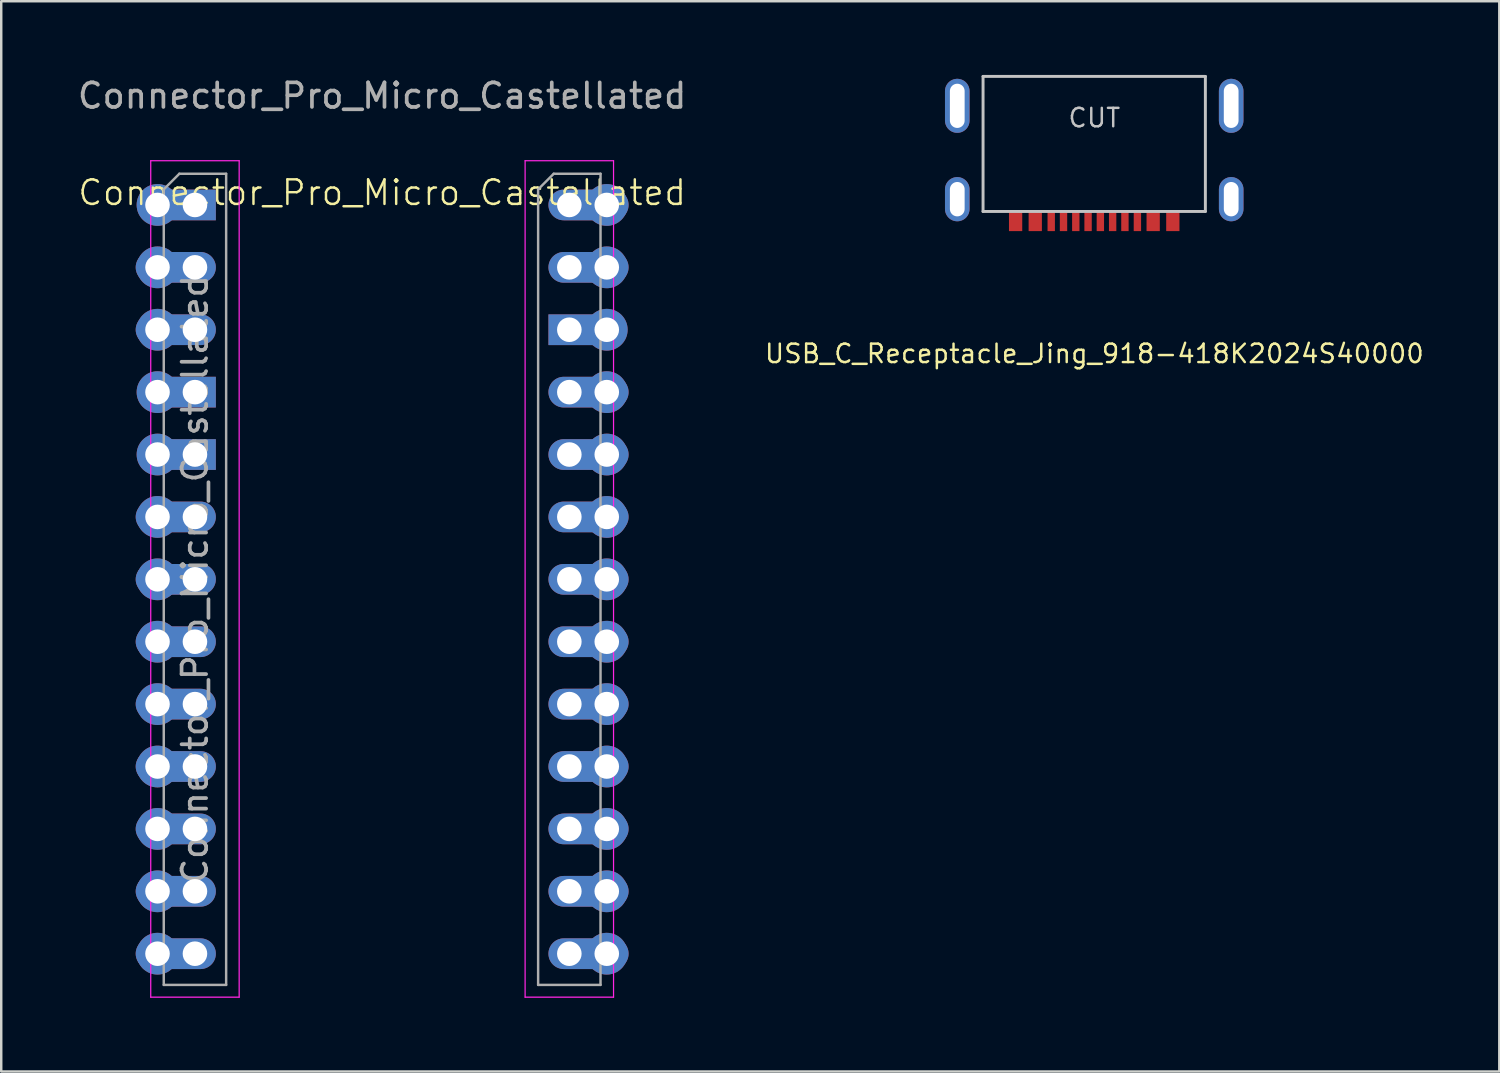
<source format=kicad_pcb>
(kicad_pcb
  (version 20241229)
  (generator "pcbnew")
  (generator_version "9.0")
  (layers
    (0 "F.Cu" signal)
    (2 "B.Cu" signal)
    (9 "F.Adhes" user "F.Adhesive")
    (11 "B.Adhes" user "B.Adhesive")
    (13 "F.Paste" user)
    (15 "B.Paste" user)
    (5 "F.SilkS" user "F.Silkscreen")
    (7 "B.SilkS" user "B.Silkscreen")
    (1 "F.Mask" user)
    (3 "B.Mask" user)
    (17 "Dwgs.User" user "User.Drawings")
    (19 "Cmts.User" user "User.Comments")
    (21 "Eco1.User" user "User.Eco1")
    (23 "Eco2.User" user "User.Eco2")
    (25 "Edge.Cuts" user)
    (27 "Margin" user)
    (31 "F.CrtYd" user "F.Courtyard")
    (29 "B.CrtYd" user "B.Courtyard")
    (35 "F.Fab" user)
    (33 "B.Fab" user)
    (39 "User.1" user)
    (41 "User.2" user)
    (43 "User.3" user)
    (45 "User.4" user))
  (footprint "Connector_Pro_Micro_Castellated"
    (layer "F.Cu")
    (at 12.506 20.533)
    (property "Reference" "Connector_Pro_Micro_Castellated" (at 0 -15.74 0) (unlocked yes) (layer "F.SilkS") (effects (font (size 1 1) (thickness 0.1))))
    (attr smd)
    (fp_line (start -9.42 -17.04) (end -9.42 17.01) (stroke (width 0.05) (type solid)) (layer "F.CrtYd"))
    (fp_line (start -9.42 17.01) (end -5.82 17.01) (stroke (width 0.05) (type solid)) (layer "F.CrtYd"))
    (fp_line (start -5.82 -17.04) (end -9.42 -17.04) (stroke (width 0.05) (type solid)) (layer "F.CrtYd"))
    (fp_line (start -5.82 17.01) (end -5.82 -17.04) (stroke (width 0.05) (type solid)) (layer "F.CrtYd"))
    (fp_line (start 5.82 -17.04) (end 5.82 17.01) (stroke (width 0.05) (type solid)) (layer "F.CrtYd"))
    (fp_line (start 5.82 17.01) (end 9.42 17.01) (stroke (width 0.05) (type solid)) (layer "F.CrtYd"))
    (fp_line (start 9.42 -17.04) (end 5.82 -17.04) (stroke (width 0.05) (type solid)) (layer "F.CrtYd"))
    (fp_line (start 9.42 17.01) (end 9.42 -17.04) (stroke (width 0.05) (type solid)) (layer "F.CrtYd"))
    (fp_line (start -8.89 -15.875) (end -8.255 -16.51) (stroke (width 0.1) (type solid)) (layer "F.Fab"))
    (fp_line (start -8.89 16.51) (end -8.89 -15.875) (stroke (width 0.1) (type solid)) (layer "F.Fab"))
    (fp_line (start -8.255 -16.51) (end -6.35 -16.51) (stroke (width 0.1) (type solid)) (layer "F.Fab"))
    (fp_line (start -6.35 -16.51) (end -6.35 16.51) (stroke (width 0.1) (type solid)) (layer "F.Fab"))
    (fp_line (start -6.35 16.51) (end -8.89 16.51) (stroke (width 0.1) (type solid)) (layer "F.Fab"))
    (fp_line (start 6.35 -15.875) (end 6.985 -16.51) (stroke (width 0.1) (type solid)) (layer "F.Fab"))
    (fp_line (start 6.35 16.51) (end 6.35 -15.875) (stroke (width 0.1) (type solid)) (layer "F.Fab"))
    (fp_line (start 6.985 -16.51) (end 8.89 -16.51) (stroke (width 0.1) (type solid)) (layer "F.Fab"))
    (fp_line (start 8.89 -16.51) (end 8.89 16.51) (stroke (width 0.1) (type solid)) (layer "F.Fab"))
    (fp_line (start 8.89 16.51) (end 6.35 16.51) (stroke (width 0.1) (type solid)) (layer "F.Fab"))
    (fp_line (start -9.144 16.51) (end -9.144 -16.51) (stroke (width 0.1) (type default)) (layer "User.4"))
    (fp_line (start 9.144 16.51) (end 9.144 -16.51) (stroke (width 0.1) (type default)) (layer "User.4"))
    (fp_text user "${REFERENCE}" (at -7.62 0 90) (layer "F.Fab") (effects (font (size 1 1) (thickness 0.15))))
    (fp_text user "${REFERENCE}" (at 0 -19.685 0) (unlocked yes) (layer "F.Fab") (effects (font (size 1 1) (thickness 0.15))))
    (pad "1" thru_hole circle (at -9.144 -15.24) (size 1.7 1.7) (drill 1) (layers "*.Cu" "*.Mask"))
    (pad "1" thru_hole rect (at -7.62 -15.24) (size 2.374 1.25) (drill 1 (offset -0.337 0)) (layers "*.Cu" "*.Mask"))
    (pad "2" thru_hole oval (at -9.144 -12.7) (size 1.7 1.7) (drill 1) (layers "*.Cu" "*.Mask"))
    (pad "2" thru_hole oval (at -7.62 -12.7) (size 3.263 1.25) (drill 1 (offset -0.781 0)) (layers "*.Cu" "*.Mask"))
    (pad "3" thru_hole oval (at -9.144 -10.16) (size 1.7 1.7) (drill 1) (layers "*.Cu" "*.Mask"))
    (pad "3" thru_hole oval (at -7.62 -10.16) (size 3.263 1.25) (drill 1 (offset -0.781 0)) (layers "*.Cu" "*.Mask"))
    (pad "4" thru_hole oval (at -9.144 -7.62) (size 1.7 1.7) (drill 1) (layers "*.Cu" "*.Mask"))
    (pad "4" thru_hole rect (at -7.62 -7.62) (size 2.374 1.25) (drill 1 (offset -0.337 0)) (layers "*.Cu" "*.Mask"))
    (pad "5" thru_hole oval (at -9.144 -5.08) (size 1.7 1.7) (drill 1) (layers "*.Cu" "*.Mask"))
    (pad "5" thru_hole rect (at -7.62 -5.08) (size 2.374 1.25) (drill 1 (offset -0.337 0)) (layers "*.Cu" "*.Mask"))
    (pad "6" thru_hole oval (at -9.144 -2.54) (size 1.7 1.7) (drill 1) (layers "*.Cu" "*.Mask"))
    (pad "6" thru_hole oval (at -7.62 -2.54) (size 3.263 1.25) (drill 1 (offset -0.781 0)) (layers "*.Cu" "*.Mask"))
    (pad "7" thru_hole oval (at -9.144 0) (size 1.7 1.7) (drill 1) (layers "*.Cu" "*.Mask"))
    (pad "7" thru_hole oval (at -7.62 0) (size 3.263 1.25) (drill 1 (offset -0.781 0)) (layers "*.Cu" "*.Mask"))
    (pad "8" thru_hole oval (at -9.144 2.54) (size 1.7 1.7) (drill 1) (layers "*.Cu" "*.Mask"))
    (pad "8" thru_hole oval (at -7.62 2.54) (size 3.263 1.25) (drill 1 (offset -0.781 0)) (layers "*.Cu" "*.Mask"))
    (pad "9" thru_hole oval (at -9.144 5.08) (size 1.7 1.7) (drill 1) (layers "*.Cu" "*.Mask"))
    (pad "9" thru_hole oval (at -7.62 5.08) (size 3.263 1.25) (drill 1 (offset -0.781 0)) (layers "*.Cu" "*.Mask"))
    (pad "10" thru_hole oval (at -9.144 7.62) (size 1.7 1.7) (drill 1) (layers "*.Cu" "*.Mask"))
    (pad "10" thru_hole oval (at -7.62 7.62) (size 3.263 1.25) (drill 1 (offset -0.781 0)) (layers "*.Cu" "*.Mask"))
    (pad "11" thru_hole oval (at -9.144 10.16) (size 1.7 1.7) (drill 1) (layers "*.Cu" "*.Mask"))
    (pad "11" thru_hole oval (at -7.62 10.16) (size 3.263 1.25) (drill 1 (offset -0.781 0)) (layers "*.Cu" "*.Mask"))
    (pad "12" thru_hole oval (at -9.144 12.7) (size 1.7 1.7) (drill 1) (layers "*.Cu" "*.Mask"))
    (pad "12" thru_hole oval (at -7.62 12.7) (size 3.263 1.25) (drill 1 (offset -0.781 0)) (layers "*.Cu" "*.Mask"))
    (pad "13" thru_hole oval (at -9.144 15.24) (size 1.7 1.7) (drill 1) (layers "*.Cu" "*.Mask"))
    (pad "13" thru_hole oval (at -7.62 15.24) (size 3.263 1.25) (drill 1 (offset -0.781 0)) (layers "*.Cu" "*.Mask"))
    (pad "14" thru_hole oval (at 7.62 -15.24 180) (size 3.263 1.25) (drill 1 (offset -0.781 0)) (layers "*.Cu" "*.Mask"))
    (pad "14" thru_hole circle (at 9.144 -15.24) (size 1.7 1.7) (drill 1) (layers "*.Cu" "*.Mask"))
    (pad "15" thru_hole oval (at 7.62 -12.7 180) (size 3.263 1.25) (drill 1 (offset -0.781 0)) (layers "*.Cu" "*.Mask"))
    (pad "15" thru_hole oval (at 9.144 -12.7) (size 1.7 1.7) (drill 1) (layers "*.Cu" "*.Mask"))
    (pad "16" thru_hole rect (at 7.62 -10.16 180) (size 2.374 1.25) (drill 1 (offset -0.337 0)) (layers "*.Cu" "*.Mask"))
    (pad "16" thru_hole oval (at 9.144 -10.16) (size 1.7 1.7) (drill 1) (layers "*.Cu" "*.Mask"))
    (pad "17" thru_hole oval (at 7.62 -7.62 180) (size 3.263 1.25) (drill 1 (offset -0.781 0)) (layers "*.Cu" "*.Mask"))
    (pad "17" thru_hole oval (at 9.144 -7.62) (size 1.7 1.7) (drill 1) (layers "*.Cu" "*.Mask"))
    (pad "18" thru_hole oval (at 7.62 -5.08 180) (size 3.263 1.25) (drill 1 (offset -0.781 0)) (layers "*.Cu" "*.Mask"))
    (pad "18" thru_hole oval (at 9.144 -5.08) (size 1.7 1.7) (drill 1) (layers "*.Cu" "*.Mask"))
    (pad "19" thru_hole oval (at 7.62 -2.54 180) (size 3.263 1.25) (drill 1 (offset -0.781 0)) (layers "*.Cu" "*.Mask"))
    (pad "19" thru_hole oval (at 9.144 -2.54) (size 1.7 1.7) (drill 1) (layers "*.Cu" "*.Mask"))
    (pad "20" thru_hole oval (at 7.62 0 180) (size 3.263 1.25) (drill 1 (offset -0.781 0)) (layers "*.Cu" "*.Mask"))
    (pad "20" thru_hole oval (at 9.144 0) (size 1.7 1.7) (drill 1) (layers "*.Cu" "*.Mask"))
    (pad "21" thru_hole oval (at 7.62 2.54 180) (size 3.263 1.25) (drill 1 (offset -0.781 0)) (layers "*.Cu" "*.Mask"))
    (pad "21" thru_hole oval (at 9.144 2.54) (size 1.7 1.7) (drill 1) (layers "*.Cu" "*.Mask"))
    (pad "22" thru_hole oval (at 7.62 5.08 180) (size 3.263 1.25) (drill 1 (offset -0.781 0)) (layers "*.Cu" "*.Mask"))
    (pad "22" thru_hole oval (at 9.144 5.08) (size 1.7 1.7) (drill 1) (layers "*.Cu" "*.Mask"))
    (pad "23" thru_hole oval (at 7.62 7.62 180) (size 3.263 1.25) (drill 1 (offset -0.781 0)) (layers "*.Cu" "*.Mask"))
    (pad "23" thru_hole oval (at 9.144 7.62) (size 1.7 1.7) (drill 1) (layers "*.Cu" "*.Mask"))
    (pad "24" thru_hole oval (at 7.62 10.16 180) (size 3.263 1.25) (drill 1 (offset -0.781 0)) (layers "*.Cu" "*.Mask"))
    (pad "24" thru_hole oval (at 9.144 10.16) (size 1.7 1.7) (drill 1) (layers "*.Cu" "*.Mask"))
    (pad "25" thru_hole oval (at 7.62 12.7 180) (size 3.263 1.25) (drill 1 (offset -0.781 0)) (layers "*.Cu" "*.Mask"))
    (pad "25" thru_hole oval (at 9.144 12.7) (size 1.7 1.7) (drill 1) (layers "*.Cu" "*.Mask"))
    (pad "26" thru_hole oval (at 7.62 15.24 180) (size 3.263 1.25) (drill 1 (offset -0.781 0)) (layers "*.Cu" "*.Mask"))
    (pad "26" thru_hole oval (at 9.144 15.24) (size 1.7 1.7) (drill 1) (layers "*.Cu" "*.Mask")))
  (footprint "USB_C_Receptacle_Jing_918-418K2024S40000"
    (layer "F.Cu")
    (at 41.498 5.558)
    (property "Reference" "USB_C_Receptacle_Jing_918-418K2024S40000" (at 0 5.789 0) (layer "F.SilkS") (effects (font (size 0.75 0.75) (thickness 0.1))))
    (attr through_hole)
    (fp_line (start -4.53 -5.497) (end -4.53 0) (stroke (width 0.12) (type solid)) (layer "Dwgs.User"))
    (fp_line (start -4.53 -5.497) (end 4.52 -5.497) (stroke (width 0.12) (type solid)) (layer "Dwgs.User"))
    (fp_line (start -4.53 0) (end 4.52 0) (stroke (width 0.12) (type solid)) (layer "Dwgs.User"))
    (fp_line (start 4.52 -5.497) (end 4.52 0) (stroke (width 0.12) (type solid)) (layer "Dwgs.User"))
    (fp_text user "CUT" (at 0 -3.81 0) (layer "Dwgs.User") (effects (font (size 0.75 0.75) (thickness 0.1))))
    (pad "A1" smd rect (at -3.205 0.4) (size 0.54 0.8) (layers "F.Cu" "F.Mask" "F.Paste"))
    (pad "A1" smd rect (at 3.195 0.4) (size 0.54 0.8) (layers "F.Cu" "F.Mask" "F.Paste"))
    (pad "A4" smd rect (at -2.405 0.4) (size 0.54 0.8) (layers "F.Cu" "F.Mask" "F.Paste"))
    (pad "A4" smd rect (at 2.395 0.4) (size 0.54 0.8) (layers "F.Cu" "F.Mask" "F.Paste"))
    (pad "A5" smd rect (at 1.245 0.4) (size 0.3 0.8) (layers "F.Cu" "F.Mask" "F.Paste"))
    (pad "A6" smd rect (at 0.245 0.4) (size 0.3 0.8) (layers "F.Cu" "F.Mask" "F.Paste"))
    (pad "A7" smd rect (at -0.255 0.4) (size 0.3 0.8) (layers "F.Cu" "F.Mask" "F.Paste"))
    (pad "A8" smd rect (at -1.255 0.4) (size 0.3 0.8) (layers "F.Cu" "F.Mask" "F.Paste"))
    (pad "B5" smd rect (at -1.755 0.4) (size 0.3 0.8) (layers "F.Cu" "F.Mask" "F.Paste"))
    (pad "B6" smd rect (at -0.755 0.4) (size 0.3 0.8) (layers "F.Cu" "F.Mask" "F.Paste"))
    (pad "B7" smd rect (at 0.745 0.4) (size 0.3 0.8) (layers "F.Cu" "F.Mask" "F.Paste"))
    (pad "B8" smd rect (at 1.753 0.4) (size 0.3 0.8) (layers "F.Cu" "F.Mask" "F.Paste"))
    (pad "S1" thru_hole oval (at -5.58 -4.3) (size 1 2.2) (drill oval 0.6 1.8) (layers "*.Cu" "*.Mask" "F.Paste"))
    (pad "S2" thru_hole oval (at 5.57 -4.3) (size 1 2.2) (drill oval 0.6 1.8) (layers "*.Cu" "*.Mask" "F.Paste"))
    (pad "S3" thru_hole oval (at -5.58 -0.5) (size 1 1.8) (drill oval 0.6 1.4) (layers "*.Cu" "*.Mask" "F.Paste"))
    (pad "S4" thru_hole oval (at 5.571 -0.5) (size 1 1.8) (drill oval 0.6 1.4) (layers "*.Cu" "*.Mask" "F.Paste")))
  (gr_rect
    (start -3 -3)
    (end 57.983 40.568)
    (stroke (width 0.1) (type default))
    (fill no)
    (layer "Edge.Cuts")))
</source>
